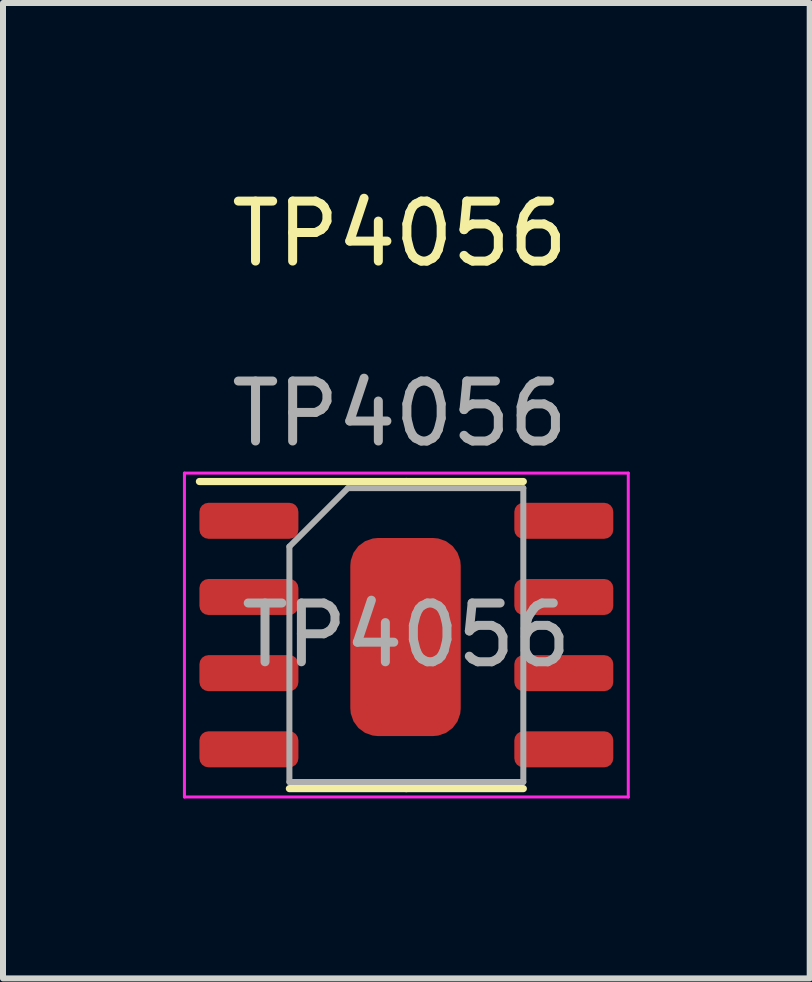
<source format=kicad_pcb>
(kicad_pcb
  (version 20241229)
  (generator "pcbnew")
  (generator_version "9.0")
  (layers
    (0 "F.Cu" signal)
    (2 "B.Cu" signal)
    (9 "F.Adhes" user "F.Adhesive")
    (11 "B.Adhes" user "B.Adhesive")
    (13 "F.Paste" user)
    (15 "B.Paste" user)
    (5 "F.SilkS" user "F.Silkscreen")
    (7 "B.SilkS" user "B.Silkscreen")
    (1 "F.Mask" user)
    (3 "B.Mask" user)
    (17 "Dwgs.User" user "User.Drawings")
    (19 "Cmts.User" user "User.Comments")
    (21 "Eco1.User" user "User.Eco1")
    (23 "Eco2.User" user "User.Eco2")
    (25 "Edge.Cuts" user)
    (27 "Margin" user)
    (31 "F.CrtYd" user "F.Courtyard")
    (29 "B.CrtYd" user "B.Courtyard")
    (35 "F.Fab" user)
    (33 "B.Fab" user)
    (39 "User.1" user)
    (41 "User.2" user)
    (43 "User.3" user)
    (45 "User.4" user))
  (footprint "TP4056"
    (layer "F.Cu")
    (at 3.615 1.348)
    (property "Reference" "TP4056" (at 0 -0.5 0) (unlocked yes) (layer "F.SilkS") (effects (font (size 1 1) (thickness 0.15))))
    (attr smd)
    (fp_line (start 0.11 3.63) (end -3.34 3.63) (stroke (width 0.12) (type solid)) (layer "F.SilkS"))
    (fp_line (start 0.11 3.63) (end 2.06 3.63) (stroke (width 0.12) (type solid)) (layer "F.SilkS"))
    (fp_line (start 0.11 8.75) (end -1.84 8.75) (stroke (width 0.12) (type solid)) (layer "F.SilkS"))
    (fp_line (start 0.11 8.75) (end 2.06 8.75) (stroke (width 0.12) (type solid)) (layer "F.SilkS"))
    (fp_line (start -3.59 3.49) (end -3.59 8.89) (stroke (width 0.05) (type solid)) (layer "F.CrtYd"))
    (fp_line (start -3.59 8.89) (end 3.81 8.89) (stroke (width 0.05) (type solid)) (layer "F.CrtYd"))
    (fp_line (start 3.81 3.49) (end -3.59 3.49) (stroke (width 0.05) (type solid)) (layer "F.CrtYd"))
    (fp_line (start 3.81 8.89) (end 3.81 3.49) (stroke (width 0.05) (type solid)) (layer "F.CrtYd"))
    (fp_line (start -1.84 4.715) (end -0.865 3.74) (stroke (width 0.1) (type solid)) (layer "F.Fab"))
    (fp_line (start -1.84 8.64) (end -1.84 4.715) (stroke (width 0.1) (type solid)) (layer "F.Fab"))
    (fp_line (start -0.865 3.74) (end 2.06 3.74) (stroke (width 0.1) (type solid)) (layer "F.Fab"))
    (fp_line (start 2.06 3.74) (end 2.06 8.64) (stroke (width 0.1) (type solid)) (layer "F.Fab"))
    (fp_line (start 2.06 8.64) (end -1.84 8.64) (stroke (width 0.1) (type solid)) (layer "F.Fab"))
    (fp_text user "${REFERENCE}" (at 0 2.5 0) (unlocked yes) (layer "F.Fab") (effects (font (size 1 1) (thickness 0.15))))
    (fp_text user "${REFERENCE}" (at 0.11 6.19 0) (layer "F.Fab") (effects (font (size 0.98 0.98) (thickness 0.15))))
    (pad "1" smd roundrect (at -2.515 4.285) (size 1.65 0.6) (layers "F.Cu" "F.Mask" "F.Paste") (roundrect_rratio 0.25))
    (pad "2" smd roundrect (at -2.515 5.555) (size 1.65 0.6) (layers "F.Cu" "F.Mask" "F.Paste") (roundrect_rratio 0.25))
    (pad "3" smd roundrect (at -2.515 6.825) (size 1.65 0.6) (layers "F.Cu" "F.Mask" "F.Paste") (roundrect_rratio 0.25))
    (pad "3" smd roundrect (at 0.096 6.223) (size 1.841 3.302) (layers "F.Cu" "F.Mask" "F.Paste") (roundrect_rratio 0.25))
    (pad "4" smd roundrect (at -2.515 8.095) (size 1.65 0.6) (layers "F.Cu" "F.Mask" "F.Paste") (roundrect_rratio 0.25))
    (pad "5" smd roundrect (at 2.735 8.095) (size 1.65 0.6) (layers "F.Cu" "F.Mask" "F.Paste") (roundrect_rratio 0.25))
    (pad "6" smd roundrect (at 2.735 6.825) (size 1.65 0.6) (layers "F.Cu" "F.Mask" "F.Paste") (roundrect_rratio 0.25))
    (pad "7" smd roundrect (at 2.735 5.555) (size 1.65 0.6) (layers "F.Cu" "F.Mask" "F.Paste") (roundrect_rratio 0.25))
    (pad "8" smd roundrect (at 2.735 4.285) (size 1.65 0.6) (layers "F.Cu" "F.Mask" "F.Paste") (roundrect_rratio 0.25)))
  (gr_rect
    (start -3 -3)
    (end 10.45 13.263)
    (stroke (width 0.1) (type default))
    (fill no)
    (layer "Edge.Cuts")))
</source>
